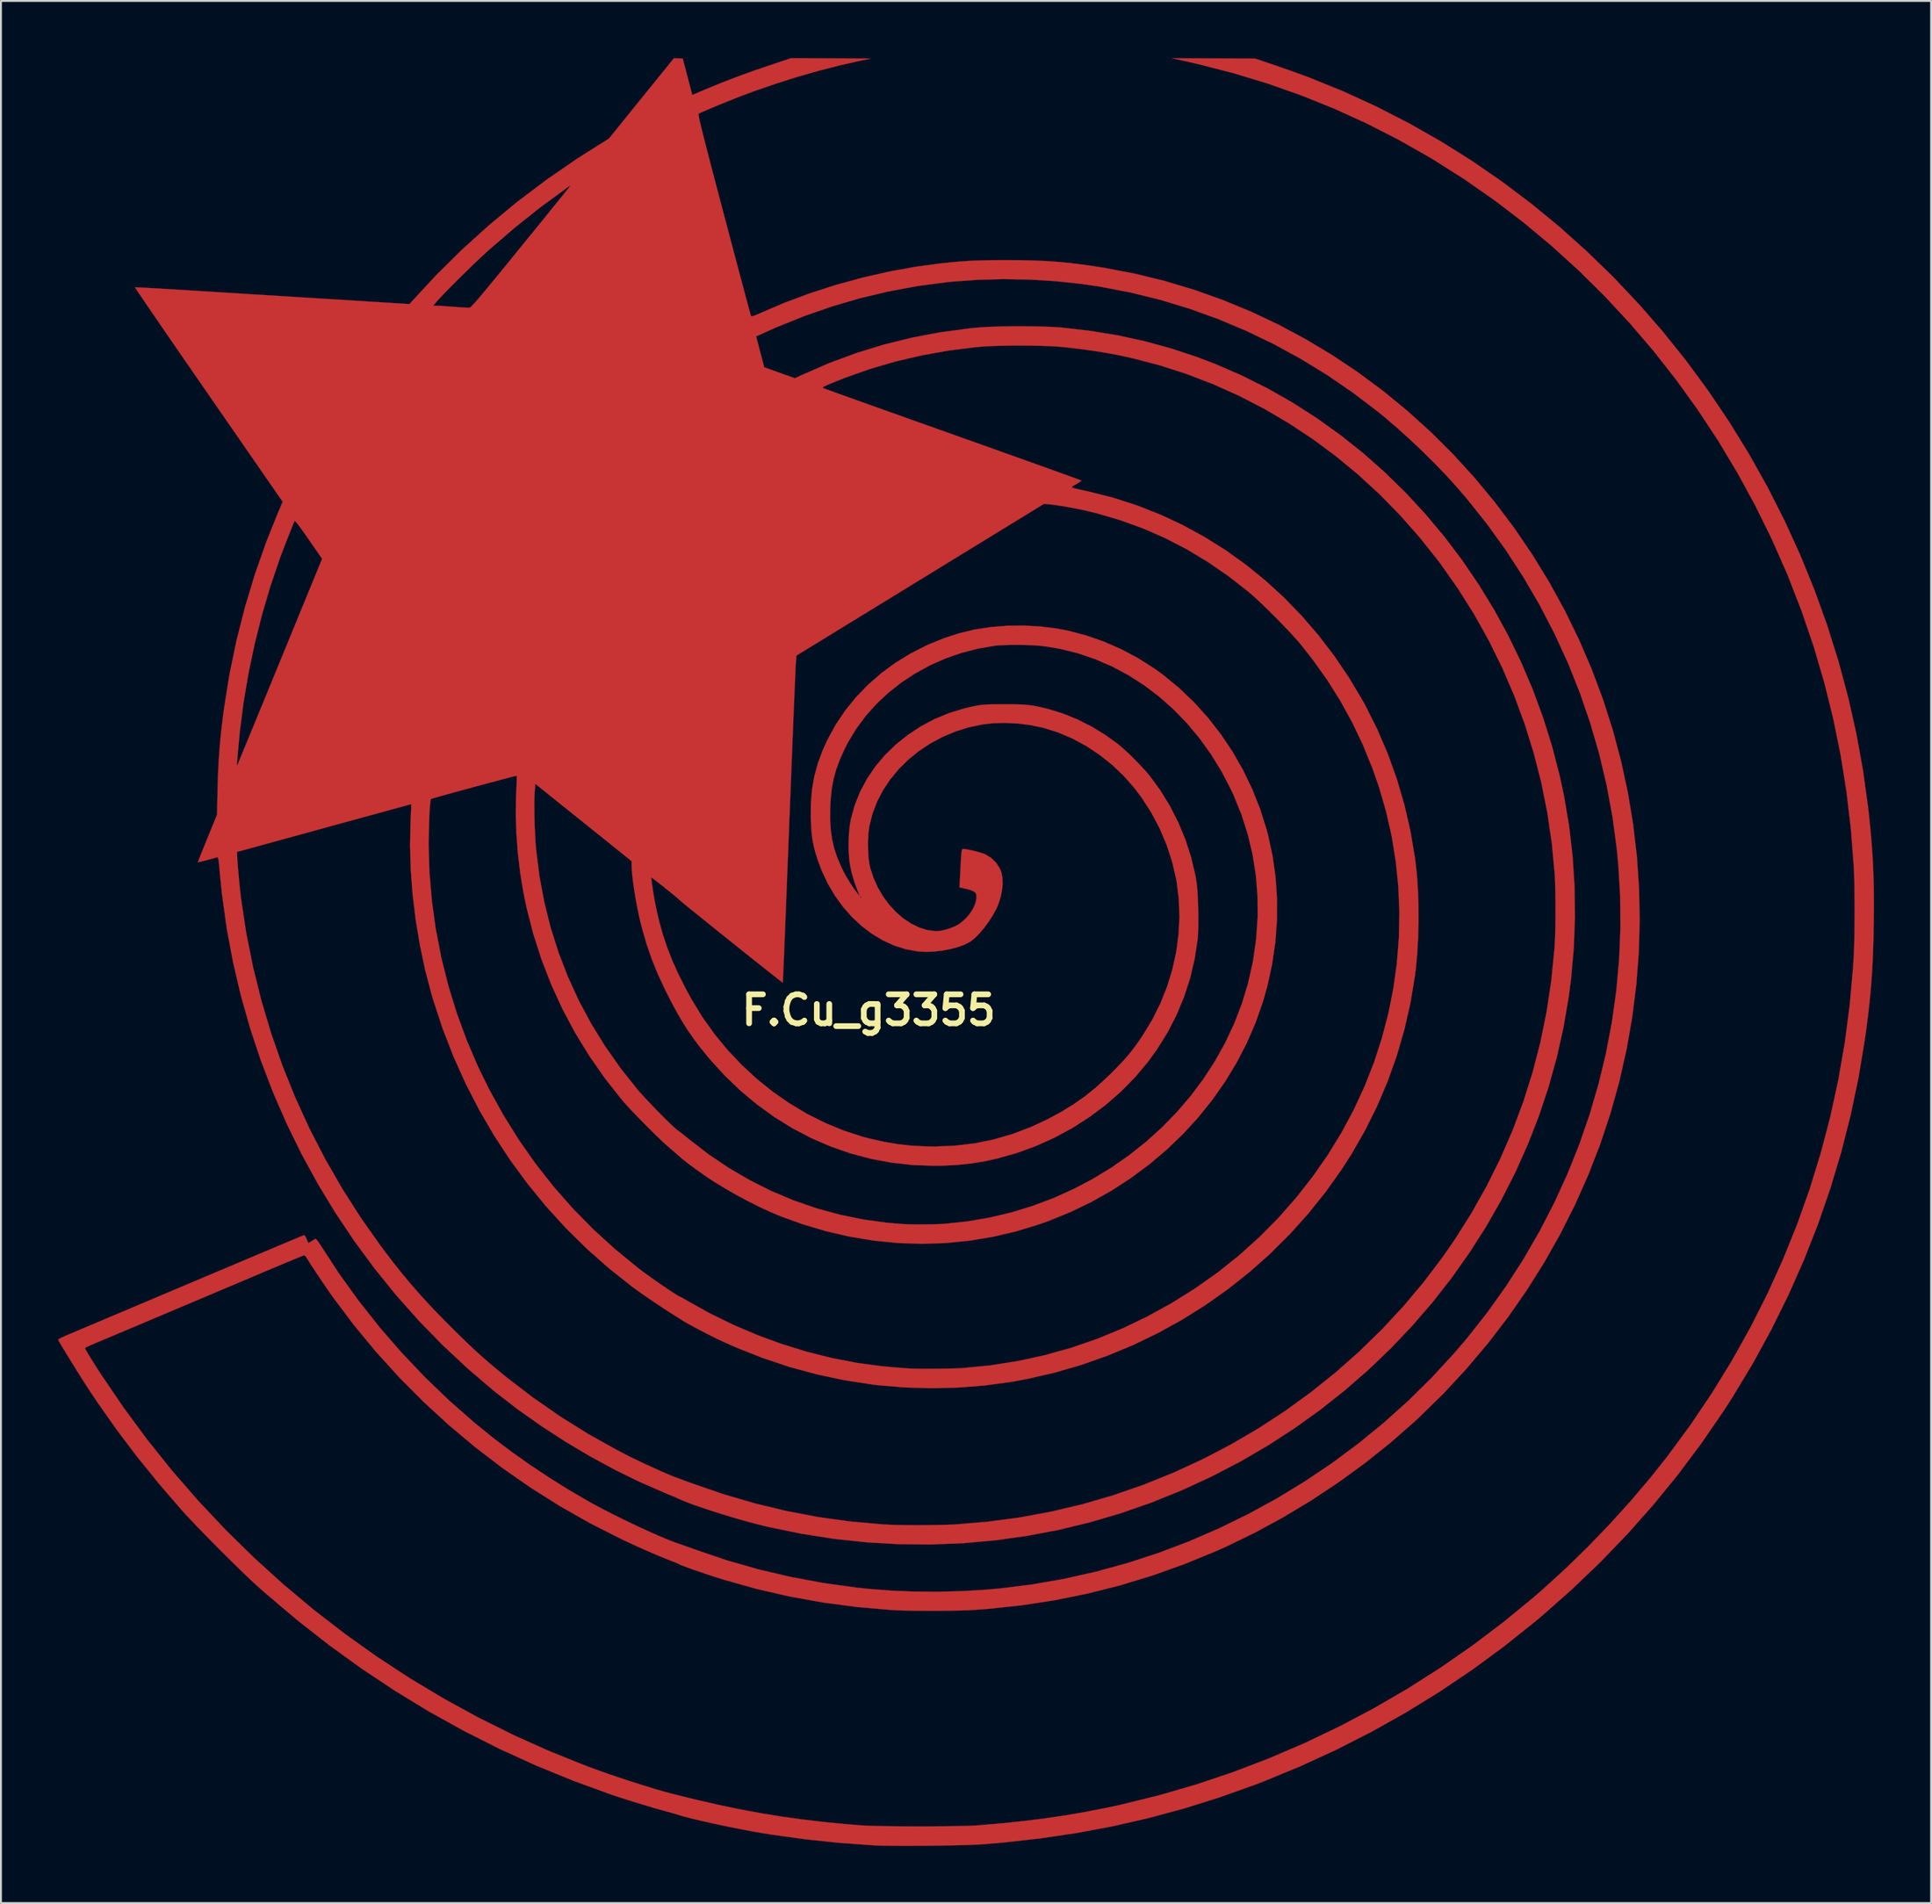
<source format=kicad_pcb>
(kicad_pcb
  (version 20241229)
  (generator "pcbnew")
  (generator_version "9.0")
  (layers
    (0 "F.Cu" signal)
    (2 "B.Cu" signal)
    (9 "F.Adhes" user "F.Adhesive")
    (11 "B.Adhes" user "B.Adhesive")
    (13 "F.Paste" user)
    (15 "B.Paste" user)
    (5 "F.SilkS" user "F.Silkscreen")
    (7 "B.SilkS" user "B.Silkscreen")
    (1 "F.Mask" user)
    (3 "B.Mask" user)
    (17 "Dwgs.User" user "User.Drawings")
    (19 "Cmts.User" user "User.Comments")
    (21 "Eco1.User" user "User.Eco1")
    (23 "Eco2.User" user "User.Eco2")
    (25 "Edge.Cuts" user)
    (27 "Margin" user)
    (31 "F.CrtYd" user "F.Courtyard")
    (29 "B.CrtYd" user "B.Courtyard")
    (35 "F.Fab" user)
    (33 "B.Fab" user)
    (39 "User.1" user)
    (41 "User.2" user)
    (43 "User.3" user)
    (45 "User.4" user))
  (footprint "F.Cu_g3355"
    (layer "F.Cu")
    (at 42.562 50.001)
    (property "Reference" "F.Cu_g3355" (at 0 0 0) (layer "F.SilkS") (effects (font (size 1.524 1.524) (thickness 0.3))))
    (attr through_hole)
    (fp_poly (pts (xy -1.984 -49.985) (xy 0.106 -49.974) (xy -0.466 -49.856) (xy -1.535 -49.615) (xy -2.649 -49.328) (xy -3.783 -49.002) (xy -4.917 -48.643) (xy -6.027 -48.259) (xy -6.477 -48.092) (xy -6.734 -47.993) (xy -7.02 -47.881) (xy -7.322 -47.761) (xy -7.628 -47.637) (xy -7.928 -47.514) (xy -8.209 -47.397) (xy -8.46 -47.291) (xy -8.67 -47.2) (xy -8.827 -47.13) (xy -8.919 -47.084) (xy -8.929 -47.078) (xy -8.935 -47.061) (xy -8.933 -47.018) (xy -8.922 -46.947) (xy -8.902 -46.843) (xy -8.872 -46.702) (xy -8.829 -46.521) (xy -8.775 -46.295) (xy -8.707 -46.022) (xy -8.624 -45.697) (xy -8.527 -45.316) (xy -8.413 -44.875) (xy -8.282 -44.372) (xy -8.132 -43.801) (xy -7.964 -43.159) (xy -7.775 -42.443) (xy -7.595 -41.762) (xy -7.423 -41.111) (xy -7.257 -40.482) (xy -7.098 -39.881) (xy -6.947 -39.312) (xy -6.805 -38.78) (xy -6.675 -38.289) (xy -6.556 -37.846) (xy -6.452 -37.455) (xy -6.362 -37.119) (xy -6.288 -36.846) (xy -6.231 -36.639) (xy -6.194 -36.503) (xy -6.176 -36.443) (xy -6.175 -36.44) (xy -6.125 -36.437) (xy -6.009 -36.472) (xy -5.836 -36.542) (xy -5.709 -36.598) (xy -4.43 -37.146) (xy -3.095 -37.644) (xy -1.72 -38.087) (xy -0.32 -38.471) (xy 1.089 -38.792) (xy 2.491 -39.045) (xy 3.641 -39.2) (xy 4.096 -39.251) (xy 4.504 -39.291) (xy 4.883 -39.324) (xy 5.249 -39.348) (xy 5.622 -39.366) (xy 6.017 -39.378) (xy 6.454 -39.385) (xy 6.948 -39.389) (xy 7.218 -39.389) (xy 7.962 -39.385) (xy 8.642 -39.37) (xy 9.277 -39.343) (xy 9.886 -39.302) (xy 10.49 -39.246) (xy 11.107 -39.173) (xy 11.758 -39.081) (xy 12.361 -38.987) (xy 13.954 -38.684) (xy 15.525 -38.301) (xy 17.071 -37.839) (xy 18.591 -37.299) (xy 20.081 -36.683) (xy 21.541 -35.993) (xy 22.966 -35.229) (xy 24.355 -34.395) (xy 25.706 -33.491) (xy 27.016 -32.518) (xy 28.282 -31.48) (xy 29.503 -30.376) (xy 30.676 -29.209) (xy 31.799 -27.98) (xy 32.868 -26.691) (xy 33.883 -25.344) (xy 34.826 -23.961) (xy 35.727 -22.493) (xy 36.552 -20.992) (xy 37.3 -19.459) (xy 37.971 -17.897) (xy 38.563 -16.31) (xy 39.077 -14.7) (xy 39.511 -13.069) (xy 39.867 -11.421) (xy 40.142 -9.758) (xy 40.338 -8.083) (xy 40.452 -6.399) (xy 40.485 -4.709) (xy 40.437 -3.014) (xy 40.306 -1.319) (xy 40.093 0.374) (xy 39.796 2.063) (xy 39.417 3.744) (xy 39.405 3.789) (xy 38.946 5.432) (xy 38.407 7.052) (xy 37.789 8.644) (xy 37.094 10.208) (xy 36.323 11.74) (xy 35.479 13.237) (xy 34.563 14.696) (xy 33.576 16.115) (xy 32.521 17.49) (xy 31.399 18.82) (xy 30.211 20.102) (xy 28.96 21.331) (xy 28.66 21.61) (xy 27.388 22.724) (xy 26.054 23.789) (xy 24.666 24.798) (xy 23.234 25.748) (xy 21.766 26.631) (xy 20.27 27.444) (xy 18.754 28.179) (xy 18.247 28.405) (xy 16.585 29.087) (xy 14.909 29.685) (xy 13.216 30.201) (xy 11.504 30.634) (xy 9.773 30.985) (xy 8.021 31.254) (xy 6.246 31.442) (xy 5.509 31.496) (xy 5.19 31.512) (xy 4.804 31.524) (xy 4.366 31.533) (xy 3.894 31.539) (xy 3.403 31.542) (xy 2.911 31.54) (xy 2.433 31.536) (xy 1.987 31.528) (xy 1.588 31.516) (xy 1.254 31.501) (xy 1.185 31.497) (xy -0.618 31.342) (xy -2.396 31.106) (xy -4.15 30.79) (xy -5.88 30.392) (xy -7.587 29.913) (xy -7.992 29.786) (xy -8.276 29.694) (xy -8.572 29.596) (xy -8.867 29.496) (xy -9.15 29.398) (xy -9.409 29.306) (xy -9.632 29.224) (xy -9.808 29.157) (xy -9.925 29.109) (xy -9.967 29.087) (xy -10.025 29.057) (xy -10.141 29.007) (xy -10.296 28.945) (xy -10.372 28.915) (xy -10.735 28.772) (xy -11.156 28.598) (xy -11.615 28.4) (xy -12.095 28.187) (xy -12.577 27.966) (xy -13.013 27.761) (xy -14.624 26.943) (xy -16.196 26.052) (xy -17.726 25.088) (xy -19.211 24.056) (xy -20.649 22.957) (xy -22.036 21.794) (xy -23.368 20.57) (xy -24.644 19.287) (xy -25.86 17.947) (xy -27.012 16.554) (xy -28.099 15.11) (xy -28.202 14.965) (xy -28.348 14.757) (xy -28.514 14.515) (xy -28.693 14.252) (xy -28.875 13.982) (xy -29.051 13.717) (xy -29.212 13.473) (xy -29.349 13.262) (xy -29.452 13.099) (xy -29.495 13.028) (xy -29.562 12.931) (xy -29.62 12.875) (xy -29.636 12.869) (xy -29.683 12.885) (xy -29.801 12.931) (xy -29.981 13.004) (xy -30.215 13.101) (xy -30.497 13.217) (xy -30.818 13.351) (xy -31.17 13.499) (xy -31.546 13.658) (xy -31.574 13.669) (xy -32.242 13.952) (xy -32.918 14.238) (xy -33.596 14.525) (xy -34.272 14.811) (xy -34.94 15.093) (xy -35.597 15.371) (xy -36.237 15.641) (xy -36.855 15.903) (xy -37.447 16.153) (xy -38.008 16.39) (xy -38.533 16.612) (xy -39.018 16.816) (xy -39.457 17.002) (xy -39.846 17.166) (xy -40.18 17.306) (xy -40.454 17.422) (xy -40.663 17.51) (xy -40.803 17.569) (xy -40.862 17.593) (xy -41.001 17.655) (xy -41.103 17.71) (xy -41.147 17.747) (xy -41.148 17.749) (xy -41.125 17.805) (xy -41.059 17.925) (xy -40.954 18.102) (xy -40.813 18.331) (xy -40.641 18.605) (xy -40.441 18.918) (xy -40.287 19.156) (xy -39.11 20.889) (xy -37.868 22.571) (xy -36.562 24.199) (xy -35.194 25.772) (xy -33.767 27.288) (xy -32.282 28.746) (xy -30.743 30.143) (xy -29.15 31.478) (xy -27.506 32.749) (xy -25.814 33.955) (xy -24.075 35.093) (xy -22.292 36.163) (xy -20.466 37.162) (xy -18.6 38.088) (xy -16.696 38.94) (xy -14.757 39.716) (xy -14.605 39.773) (xy -14.185 39.926) (xy -13.719 40.09) (xy -13.223 40.259) (xy -12.71 40.429) (xy -12.197 40.595) (xy -11.699 40.752) (xy -11.23 40.895) (xy -10.805 41.019) (xy -10.441 41.119) (xy -10.351 41.143) (xy -9.117 41.449) (xy -7.942 41.719) (xy -6.809 41.957) (xy -5.701 42.164) (xy -4.601 42.343) (xy -3.492 42.498) (xy -2.358 42.632) (xy -1.181 42.746) (xy -0.423 42.808) (xy -0.197 42.822) (xy 0.102 42.833) (xy 0.464 42.843) (xy 0.878 42.851) (xy 1.332 42.857) (xy 1.816 42.861) (xy 2.318 42.863) (xy 2.828 42.863) (xy 3.334 42.862) (xy 3.826 42.858) (xy 4.292 42.853) (xy 4.722 42.846) (xy 5.104 42.837) (xy 5.428 42.826) (xy 5.682 42.813) (xy 5.757 42.808) (xy 6.992 42.702) (xy 8.16 42.58) (xy 9.277 42.44) (xy 10.36 42.279) (xy 11.424 42.096) (xy 12.487 41.888) (xy 13.293 41.713) (xy 15.259 41.228) (xy 17.205 40.662) (xy 19.128 40.016) (xy 21.024 39.291) (xy 22.891 38.49) (xy 24.726 37.613) (xy 26.525 36.662) (xy 28.287 35.639) (xy 30.008 34.544) (xy 31.686 33.38) (xy 33.317 32.148) (xy 34.899 30.849) (xy 35.412 30.403) (xy 36.597 29.323) (xy 37.771 28.179) (xy 38.918 26.987) (xy 40.025 25.763) (xy 41.076 24.523) (xy 41.952 23.417) (xy 43.152 21.785) (xy 44.277 20.115) (xy 45.326 18.409) (xy 46.299 16.668) (xy 47.194 14.895) (xy 48.012 13.091) (xy 48.752 11.257) (xy 49.413 9.396) (xy 49.995 7.507) (xy 50.497 5.594) (xy 50.918 3.658) (xy 51.258 1.7) (xy 51.517 -0.279) (xy 51.693 -2.276) (xy 51.731 -2.9) (xy 51.744 -3.212) (xy 51.755 -3.59) (xy 51.763 -4.021) (xy 51.768 -4.489) (xy 51.771 -4.978) (xy 51.771 -5.473) (xy 51.768 -5.96) (xy 51.763 -6.423) (xy 51.755 -6.847) (xy 51.744 -7.217) (xy 51.731 -7.518) (xy 51.731 -7.52) (xy 51.577 -9.519) (xy 51.345 -11.487) (xy 51.034 -13.426) (xy 50.644 -15.339) (xy 50.174 -17.229) (xy 49.624 -19.1) (xy 48.992 -20.954) (xy 48.278 -22.793) (xy 48.201 -22.979) (xy 47.409 -24.772) (xy 46.545 -26.525) (xy 45.611 -28.237) (xy 44.61 -29.904) (xy 43.542 -31.525) (xy 42.41 -33.097) (xy 41.217 -34.617) (xy 39.963 -36.084) (xy 38.651 -37.495) (xy 37.284 -38.848) (xy 35.862 -40.14) (xy 34.389 -41.369) (xy 32.865 -42.533) (xy 31.294 -43.629) (xy 29.677 -44.656) (xy 29.443 -44.796) (xy 27.81 -45.722) (xy 26.149 -46.57) (xy 24.458 -47.341) (xy 22.733 -48.036) (xy 20.971 -48.657) (xy 19.169 -49.205) (xy 17.325 -49.68) (xy 16.679 -49.828) (xy 15.938 -49.991) (xy 18.119 -49.982) (xy 20.299 -49.974) (xy 21.334 -49.622) (xy 21.673 -49.505) (xy 22.04 -49.376) (xy 22.409 -49.245) (xy 22.757 -49.119) (xy 23.058 -49.007) (xy 23.154 -48.971) (xy 24.929 -48.25) (xy 26.67 -47.451) (xy 28.374 -46.578) (xy 30.041 -45.63) (xy 31.668 -44.609) (xy 33.253 -43.517) (xy 34.795 -42.355) (xy 36.29 -41.125) (xy 37.738 -39.827) (xy 39.137 -38.464) (xy 40.484 -37.036) (xy 41.676 -35.666) (xy 42.92 -34.116) (xy 44.095 -32.518) (xy 45.202 -30.874) (xy 46.239 -29.188) (xy 47.205 -27.461) (xy 48.098 -25.698) (xy 48.918 -23.901) (xy 49.662 -22.073) (xy 50.33 -20.217) (xy 50.921 -18.337) (xy 51.433 -16.434) (xy 51.865 -14.512) (xy 52.215 -12.574) (xy 52.483 -10.623) (xy 52.532 -10.181) (xy 52.605 -9.452) (xy 52.664 -8.77) (xy 52.711 -8.117) (xy 52.745 -7.475) (xy 52.768 -6.825) (xy 52.781 -6.148) (xy 52.783 -5.425) (xy 52.777 -4.638) (xy 52.776 -4.572) (xy 52.759 -3.674) (xy 52.731 -2.84) (xy 52.691 -2.05) (xy 52.636 -1.283) (xy 52.566 -0.52) (xy 52.479 0.26) (xy 52.374 1.077) (xy 52.301 1.587) (xy 51.971 3.568) (xy 51.559 5.528) (xy 51.065 7.466) (xy 50.491 9.38) (xy 49.837 11.269) (xy 49.104 13.131) (xy 48.292 14.964) (xy 47.402 16.766) (xy 46.435 18.536) (xy 45.391 20.271) (xy 44.883 21.06) (xy 43.722 22.751) (xy 42.496 24.389) (xy 41.203 25.975) (xy 39.843 27.508) (xy 38.416 28.99) (xy 36.923 30.419) (xy 35.363 31.797) (xy 34.988 32.112) (xy 33.364 33.409) (xy 31.692 34.637) (xy 29.972 35.796) (xy 28.206 36.883) (xy 26.395 37.9) (xy 24.54 38.844) (xy 22.644 39.715) (xy 20.708 40.513) (xy 20.214 40.701) (xy 18.393 41.349) (xy 16.563 41.922) (xy 14.715 42.421) (xy 12.844 42.849) (xy 10.943 43.206) (xy 9.004 43.494) (xy 7.021 43.715) (xy 6.054 43.798) (xy 5.802 43.813) (xy 5.477 43.828) (xy 5.092 43.841) (xy 4.659 43.853) (xy 4.189 43.862) (xy 3.694 43.871) (xy 3.187 43.877) (xy 2.679 43.881) (xy 2.182 43.883) (xy 1.709 43.883) (xy 1.27 43.881) (xy 0.879 43.876) (xy 0.547 43.869) (xy 0.285 43.859) (xy 0.254 43.857) (xy -1.559 43.725) (xy -3.32 43.541) (xy -5.044 43.302) (xy -5.567 43.218) (xy -5.984 43.146) (xy -6.435 43.063) (xy -6.905 42.971) (xy -7.385 42.875) (xy -7.862 42.775) (xy -8.323 42.675) (xy -8.758 42.577) (xy -9.154 42.483) (xy -9.499 42.397) (xy -9.782 42.321) (xy -9.948 42.271) (xy -10.137 42.213) (xy -10.367 42.146) (xy -10.602 42.08) (xy -10.689 42.057) (xy -10.975 41.978) (xy -11.32 41.879) (xy -11.706 41.764) (xy -12.112 41.641) (xy -12.518 41.516) (xy -12.905 41.394) (xy -13.251 41.282) (xy -13.504 41.197) (xy -15.506 40.467) (xy -17.462 39.667) (xy -19.374 38.796) (xy -21.244 37.853) (xy -23.072 36.838) (xy -24.861 35.748) (xy -26.613 34.584) (xy -28.328 33.344) (xy -30.009 32.027) (xy -31.656 30.633) (xy -32.077 30.26) (xy -32.333 30.026) (xy -32.636 29.739) (xy -32.978 29.411) (xy -33.347 29.051) (xy -33.734 28.668) (xy -34.128 28.273) (xy -34.521 27.877) (xy -34.902 27.488) (xy -35.261 27.117) (xy -35.587 26.774) (xy -35.872 26.468) (xy -36.093 26.226) (xy -37.293 24.833) (xy -38.42 23.44) (xy -39.483 22.033) (xy -40.491 20.599) (xy -41.002 19.833) (xy -41.128 19.637) (xy -41.276 19.406) (xy -41.438 19.149) (xy -41.608 18.877) (xy -41.781 18.598) (xy -41.951 18.324) (xy -42.111 18.063) (xy -42.255 17.826) (xy -42.378 17.622) (xy -42.473 17.461) (xy -42.535 17.353) (xy -42.557 17.309) (xy -42.524 17.275) (xy -42.43 17.22) (xy -42.289 17.151) (xy -42.185 17.105) (xy -40.985 16.598) (xy -39.86 16.122) (xy -38.809 15.678) (xy -37.829 15.263) (xy -36.918 14.878) (xy -36.074 14.521) (xy -35.293 14.191) (xy -34.575 13.888) (xy -33.916 13.609) (xy -33.315 13.356) (xy -32.769 13.125) (xy -32.276 12.917) (xy -31.833 12.73) (xy -31.439 12.564) (xy -31.09 12.417) (xy -30.785 12.289) (xy -30.522 12.178) (xy -30.298 12.084) (xy -30.111 12.006) (xy -29.958 11.942) (xy -29.838 11.892) (xy -29.748 11.855) (xy -29.685 11.83) (xy -29.648 11.816) (xy -29.634 11.811) (xy -29.601 11.847) (xy -29.549 11.938) (xy -29.51 12.023) (xy -29.419 12.234) (xy -29.262 12.136) (xy -29.153 12.069) (xy -29.071 12.018) (xy -29.054 12.008) (xy -29.008 12.029) (xy -28.928 12.122) (xy -28.818 12.282) (xy -28.768 12.361) (xy -27.808 13.834) (xy -26.775 15.268) (xy -25.673 16.66) (xy -24.507 18.003) (xy -23.281 19.292) (xy -22 20.523) (xy -20.669 21.69) (xy -19.664 22.503) (xy -18.738 23.2) (xy -17.763 23.89) (xy -16.759 24.557) (xy -15.749 25.189) (xy -14.753 25.77) (xy -14.28 26.03) (xy -13.858 26.253) (xy -13.405 26.485) (xy -12.934 26.718) (xy -12.455 26.95) (xy -11.979 27.173) (xy -11.52 27.384) (xy -11.087 27.576) (xy -10.692 27.744) (xy -10.347 27.883) (xy -10.064 27.987) (xy -10.03 27.999) (xy -9.878 28.051) (xy -9.669 28.125) (xy -9.427 28.211) (xy -9.174 28.302) (xy -9.059 28.344) (xy -7.429 28.896) (xy -5.764 29.371) (xy -4.07 29.768) (xy -2.35 30.087) (xy -0.609 30.327) (xy 0 30.391) (xy 1.168 30.482) (xy 2.386 30.532) (xy 3.632 30.541) (xy 4.882 30.509) (xy 6.113 30.437) (xy 6.858 30.372) (xy 8.561 30.161) (xy 10.25 29.867) (xy 11.922 29.492) (xy 13.575 29.039) (xy 15.204 28.508) (xy 16.808 27.901) (xy 18.382 27.22) (xy 19.924 26.467) (xy 21.431 25.643) (xy 22.9 24.749) (xy 24.328 23.788) (xy 25.711 22.761) (xy 27.046 21.67) (xy 28.331 20.516) (xy 29.563 19.302) (xy 30.737 18.028) (xy 31.436 17.209) (xy 32.493 15.866) (xy 33.48 14.482) (xy 34.395 13.059) (xy 35.237 11.6) (xy 36.006 10.108) (xy 36.701 8.586) (xy 37.321 7.036) (xy 37.864 5.462) (xy 38.33 3.867) (xy 38.719 2.253) (xy 39.029 0.624) (xy 39.259 -1.018) (xy 39.408 -2.669) (xy 39.476 -4.327) (xy 39.462 -5.99) (xy 39.364 -7.653) (xy 39.285 -8.469) (xy 39.06 -10.15) (xy 38.752 -11.812) (xy 38.364 -13.454) (xy 37.895 -15.071) (xy 37.348 -16.663) (xy 36.724 -18.226) (xy 36.023 -19.758) (xy 35.247 -21.256) (xy 34.396 -22.718) (xy 33.473 -24.141) (xy 32.477 -25.523) (xy 31.41 -26.861) (xy 30.904 -27.453) (xy 30.353 -28.061) (xy 29.746 -28.693) (xy 29.101 -29.333) (xy 28.434 -29.964) (xy 27.763 -30.57) (xy 27.106 -31.134) (xy 26.733 -31.437) (xy 25.423 -32.435) (xy 24.073 -33.359) (xy 22.686 -34.209) (xy 21.266 -34.984) (xy 19.814 -35.683) (xy 18.333 -36.304) (xy 16.825 -36.847) (xy 15.293 -37.311) (xy 13.739 -37.694) (xy 12.166 -37.995) (xy 11.176 -38.141) (xy 9.825 -38.286) (xy 8.447 -38.37) (xy 7.062 -38.393) (xy 5.69 -38.356) (xy 4.351 -38.257) (xy 4.06 -38.227) (xy 2.531 -38.022) (xy 1.028 -37.743) (xy -0.456 -37.389) (xy -1.927 -36.958) (xy -3.393 -36.448) (xy -4.86 -35.857) (xy -5.802 -35.435) (xy -5.91 -35.384) (xy -5.696 -34.573) (xy -5.481 -33.762) (xy -4.677 -33.474) (xy -3.873 -33.187) (xy -3.471 -33.374) (xy -2.073 -33.981) (xy -0.654 -34.506) (xy 0.788 -34.951) (xy 2.254 -35.314) (xy 3.747 -35.598) (xy 5.268 -35.802) (xy 5.673 -35.842) (xy 6.053 -35.871) (xy 6.5 -35.892) (xy 6.996 -35.907) (xy 7.523 -35.916) (xy 8.064 -35.917) (xy 8.602 -35.912) (xy 9.117 -35.9) (xy 9.593 -35.882) (xy 10.012 -35.857) (xy 10.202 -35.841) (xy 11.679 -35.67) (xy 13.108 -35.434) (xy 14.5 -35.13) (xy 15.864 -34.757) (xy 17.209 -34.313) (xy 18.161 -33.951) (xy 19.564 -33.344) (xy 20.929 -32.663) (xy 22.254 -31.911) (xy 23.537 -31.089) (xy 24.776 -30.201) (xy 25.969 -29.25) (xy 27.113 -28.238) (xy 28.206 -27.167) (xy 29.247 -26.04) (xy 30.234 -24.861) (xy 31.163 -23.631) (xy 32.033 -22.353) (xy 32.842 -21.03) (xy 33.587 -19.664) (xy 34.268 -18.258) (xy 34.88 -16.815) (xy 35.423 -15.338) (xy 35.894 -13.828) (xy 36.291 -12.289) (xy 36.51 -11.266) (xy 36.778 -9.687) (xy 36.963 -8.091) (xy 37.066 -6.484) (xy 37.086 -4.867) (xy 37.024 -3.245) (xy 36.879 -1.622) (xy 36.762 -0.72) (xy 36.489 0.883) (xy 36.136 2.464) (xy 35.704 4.021) (xy 35.195 5.552) (xy 34.61 7.053) (xy 33.952 8.524) (xy 33.222 9.96) (xy 32.423 11.361) (xy 31.554 12.723) (xy 30.62 14.045) (xy 29.621 15.323) (xy 28.559 16.555) (xy 27.436 17.74) (xy 26.253 18.874) (xy 25.013 19.956) (xy 23.717 20.982) (xy 22.367 21.951) (xy 20.965 22.86) (xy 19.513 23.706) (xy 18.013 24.487) (xy 16.442 25.212) (xy 14.85 25.855) (xy 13.238 26.417) (xy 11.608 26.896) (xy 9.963 27.294) (xy 8.303 27.609) (xy 6.631 27.841) (xy 4.948 27.991) (xy 3.258 28.058) (xy 1.561 28.041) (xy -0.141 27.941) (xy -1.845 27.758) (xy -3.549 27.49) (xy -5.253 27.139) (xy -5.461 27.09) (xy -5.869 26.989) (xy -6.313 26.87) (xy -6.781 26.739) (xy -7.261 26.598) (xy -7.74 26.452) (xy -8.207 26.304) (xy -8.651 26.158) (xy -9.058 26.018) (xy -9.418 25.887) (xy -9.718 25.769) (xy -9.923 25.68) (xy -10.042 25.626) (xy -10.219 25.55) (xy -10.431 25.461) (xy -10.656 25.367) (xy -10.71 25.345) (xy -12.01 24.778) (xy -13.319 24.137) (xy -14.626 23.429) (xy -15.916 22.662) (xy -17.179 21.843) (xy -18.401 20.98) (xy -19.569 20.08) (xy -19.706 19.969) (xy -21.074 18.801) (xy -22.384 17.575) (xy -23.633 16.291) (xy -24.82 14.954) (xy -25.943 13.565) (xy -27.002 12.128) (xy -27.995 10.646) (xy -28.92 9.121) (xy -29.775 7.556) (xy -30.56 5.954) (xy -31.273 4.318) (xy -31.912 2.65) (xy -32.476 0.954) (xy -32.964 -0.769) (xy -33.373 -2.515) (xy -33.703 -4.281) (xy -33.952 -6.065) (xy -34.066 -7.188) (xy -34.091 -7.478) (xy -34.112 -7.693) (xy -34.129 -7.845) (xy -34.146 -7.944) (xy -34.164 -8.001) (xy -34.184 -8.026) (xy -34.21 -8.028) (xy -34.226 -8.025) (xy -34.3 -8.005) (xy -34.436 -7.968) (xy -34.611 -7.92) (xy -34.766 -7.878) (xy -34.948 -7.83) (xy -35.095 -7.795) (xy -35.191 -7.776) (xy -35.221 -7.775) (xy -35.206 -7.818) (xy -35.162 -7.93) (xy -35.094 -8.101) (xy -35.01 -8.312) (xy -33.168 -8.312) (xy -33.155 -8.019) (xy -33.143 -7.81) (xy -33.122 -7.537) (xy -33.096 -7.221) (xy -33.065 -6.883) (xy -33.031 -6.543) (xy -32.998 -6.221) (xy -32.965 -5.939) (xy -32.953 -5.842) (xy -32.68 -4.042) (xy -32.325 -2.263) (xy -31.889 -0.51) (xy -31.374 1.218) (xy -30.781 2.917) (xy -30.109 4.585) (xy -29.36 6.221) (xy -28.534 7.823) (xy -27.633 9.387) (xy -26.658 10.914) (xy -25.608 12.399) (xy -25.463 12.594) (xy -24.99 13.213) (xy -24.535 13.787) (xy -24.084 14.331) (xy -23.623 14.861) (xy -23.139 15.393) (xy -22.619 15.942) (xy -22.048 16.523) (xy -21.911 16.659) (xy -21.457 17.108) (xy -21.045 17.507) (xy -20.659 17.87) (xy -20.285 18.209) (xy -19.907 18.538) (xy -19.512 18.87) (xy -19.085 19.22) (xy -19.008 19.282) (xy -17.618 20.348) (xy -16.194 21.337) (xy -14.731 22.252) (xy -13.226 23.094) (xy -12.522 23.457) (xy -12.292 23.57) (xy -12.021 23.699) (xy -11.722 23.839) (xy -11.412 23.981) (xy -11.103 24.121) (xy -10.811 24.251) (xy -10.55 24.364) (xy -10.334 24.455) (xy -10.178 24.517) (xy -10.16 24.523) (xy -10.056 24.561) (xy -9.89 24.622) (xy -9.682 24.699) (xy -9.448 24.785) (xy -9.292 24.843) (xy -7.636 25.414) (xy -5.976 25.9) (xy -4.309 26.302) (xy -2.638 26.619) (xy -0.96 26.852) (xy 0.722 27.001) (xy 1.079 27.022) (xy 1.306 27.03) (xy 1.602 27.037) (xy 1.949 27.041) (xy 2.332 27.042) (xy 2.735 27.042) (xy 3.14 27.04) (xy 3.533 27.036) (xy 3.896 27.029) (xy 4.213 27.021) (xy 4.469 27.011) (xy 4.542 27.007) (xy 6.247 26.864) (xy 7.927 26.64) (xy 9.582 26.335) (xy 11.213 25.949) (xy 12.823 25.481) (xy 14.411 24.932) (xy 15.98 24.3) (xy 17.53 23.586) (xy 17.547 23.577) (xy 19.031 22.803) (xy 20.474 21.958) (xy 21.871 21.045) (xy 23.221 20.066) (xy 24.519 19.025) (xy 25.763 17.925) (xy 26.949 16.767) (xy 28.075 15.555) (xy 29.137 14.291) (xy 30.132 12.979) (xy 30.765 12.065) (xy 31.647 10.67) (xy 32.45 9.243) (xy 33.174 7.787) (xy 33.819 6.3) (xy 34.385 4.786) (xy 34.87 3.243) (xy 35.276 1.674) (xy 35.601 0.078) (xy 35.845 -1.542) (xy 36.008 -3.187) (xy 36.025 -3.422) (xy 36.041 -3.729) (xy 36.053 -4.103) (xy 36.061 -4.525) (xy 36.066 -4.976) (xy 36.066 -5.44) (xy 36.063 -5.898) (xy 36.056 -6.332) (xy 36.045 -6.724) (xy 36.03 -7.057) (xy 36.024 -7.162) (xy 35.873 -8.77) (xy 35.64 -10.361) (xy 35.326 -11.932) (xy 34.931 -13.481) (xy 34.458 -15.005) (xy 33.907 -16.5) (xy 33.279 -17.964) (xy 32.575 -19.395) (xy 31.797 -20.789) (xy 30.944 -22.143) (xy 30.019 -23.456) (xy 29.898 -23.617) (xy 28.923 -24.842) (xy 27.895 -26.006) (xy 26.816 -27.105) (xy 25.69 -28.14) (xy 24.519 -29.107) (xy 23.304 -30.006) (xy 22.049 -30.835) (xy 20.756 -31.592) (xy 19.428 -32.277) (xy 18.066 -32.886) (xy 16.674 -33.42) (xy 15.253 -33.875) (xy 13.806 -34.252) (xy 13.055 -34.413) (xy 12.501 -34.516) (xy 11.887 -34.615) (xy 11.239 -34.706) (xy 10.583 -34.786) (xy 10.202 -34.827) (xy 9.85 -34.855) (xy 9.43 -34.877) (xy 8.96 -34.893) (xy 8.456 -34.902) (xy 7.936 -34.905) (xy 7.416 -34.902) (xy 6.913 -34.892) (xy 6.443 -34.877) (xy 6.025 -34.855) (xy 5.674 -34.826) (xy 5.673 -34.826) (xy 4.212 -34.643) (xy 2.797 -34.391) (xy 1.42 -34.07) (xy 0.075 -33.677) (xy -1.245 -33.211) (xy -2.006 -32.905) (xy -2.2 -32.822) (xy -2.325 -32.765) (xy -2.392 -32.725) (xy -2.411 -32.698) (xy -2.391 -32.675) (xy -2.366 -32.661) (xy -2.316 -32.641) (xy -2.19 -32.595) (xy -1.992 -32.524) (xy -1.728 -32.428) (xy -1.401 -32.311) (xy -1.014 -32.172) (xy -0.573 -32.014) (xy -0.082 -31.839) (xy 0.455 -31.647) (xy 1.035 -31.44) (xy 1.652 -31.22) (xy 2.303 -30.988) (xy 2.983 -30.746) (xy 3.689 -30.495) (xy 4.415 -30.237) (xy 4.455 -30.222) (xy 5.181 -29.964) (xy 5.885 -29.714) (xy 6.563 -29.472) (xy 7.211 -29.241) (xy 7.824 -29.022) (xy 8.4 -28.816) (xy 8.933 -28.625) (xy 9.419 -28.451) (xy 9.855 -28.294) (xy 10.236 -28.157) (xy 10.558 -28.04) (xy 10.817 -27.946) (xy 11.009 -27.875) (xy 11.13 -27.83) (xy 11.175 -27.811) (xy 11.175 -27.811) (xy 11.142 -27.781) (xy 11.052 -27.72) (xy 10.924 -27.641) (xy 10.892 -27.622) (xy 10.793 -27.566) (xy 10.72 -27.524) (xy 10.678 -27.49) (xy 10.675 -27.462) (xy 10.718 -27.434) (xy 10.813 -27.404) (xy 10.969 -27.366) (xy 11.191 -27.317) (xy 11.487 -27.253) (xy 11.557 -27.237) (xy 12.834 -26.914) (xy 14.082 -26.512) (xy 15.3 -26.034) (xy 16.484 -25.481) (xy 17.633 -24.855) (xy 18.743 -24.158) (xy 19.812 -23.392) (xy 20.837 -22.56) (xy 21.816 -21.663) (xy 22.746 -20.703) (xy 23.625 -19.682) (xy 24.451 -18.602) (xy 25.22 -17.466) (xy 25.93 -16.274) (xy 26.094 -15.975) (xy 26.717 -14.732) (xy 27.264 -13.451) (xy 27.736 -12.135) (xy 28.131 -10.787) (xy 28.448 -9.409) (xy 28.686 -8.004) (xy 28.701 -7.895) (xy 28.784 -7.15) (xy 28.84 -6.345) (xy 28.87 -5.5) (xy 28.873 -4.636) (xy 28.85 -3.774) (xy 28.801 -2.933) (xy 28.726 -2.135) (xy 28.681 -1.778) (xy 28.446 -0.369) (xy 28.13 1.019) (xy 27.734 2.382) (xy 27.259 3.717) (xy 26.706 5.021) (xy 26.077 6.291) (xy 25.372 7.524) (xy 24.837 8.361) (xy 23.988 9.553) (xy 23.076 10.691) (xy 22.104 11.772) (xy 21.075 12.795) (xy 19.992 13.757) (xy 18.857 14.656) (xy 17.676 15.491) (xy 16.449 16.26) (xy 15.181 16.96) (xy 13.874 17.59) (xy 12.532 18.147) (xy 11.158 18.63) (xy 9.755 19.037) (xy 8.325 19.365) (xy 7.408 19.531) (xy 6.069 19.71) (xy 4.7 19.817) (xy 3.318 19.852) (xy 1.938 19.813) (xy 0.574 19.702) (xy 0.233 19.662) (xy -1.246 19.436) (xy -2.705 19.128) (xy -4.144 18.738) (xy -5.563 18.265) (xy -6.962 17.71) (xy -7.679 17.39) (xy -7.945 17.264) (xy -8.244 17.116) (xy -8.558 16.957) (xy -8.872 16.794) (xy -9.169 16.637) (xy -9.433 16.493) (xy -9.648 16.37) (xy -9.757 16.304) (xy -9.902 16.213) (xy -10.066 16.109) (xy -10.136 16.066) (xy -10.479 15.847) (xy -10.847 15.606) (xy -11.225 15.355) (xy -11.594 15.104) (xy -11.938 14.866) (xy -12.239 14.651) (xy -12.426 14.514) (xy -13.64 13.552) (xy -14.797 12.528) (xy -15.896 11.445) (xy -16.935 10.306) (xy -17.911 9.112) (xy -18.824 7.867) (xy -19.672 6.573) (xy -20.452 5.233) (xy -21.163 3.849) (xy -21.803 2.424) (xy -22.37 0.961) (xy -22.863 -0.538) (xy -22.971 -0.908) (xy -23.297 -2.159) (xy -23.568 -3.446) (xy -23.784 -4.752) (xy -23.943 -6.062) (xy -24.041 -7.363) (xy -24.079 -8.639) (xy -24.077 -8.748) (xy -23.108 -8.748) (xy -23.064 -7.249) (xy -22.937 -5.75) (xy -22.73 -4.256) (xy -22.442 -2.773) (xy -22.076 -1.304) (xy -21.631 0.145) (xy -21.109 1.569) (xy -20.512 2.965) (xy -19.943 4.128) (xy -19.187 5.498) (xy -18.366 6.814) (xy -17.482 8.074) (xy -16.534 9.278) (xy -15.521 10.427) (xy -14.445 11.521) (xy -13.304 12.559) (xy -12.1 13.542) (xy -11.832 13.747) (xy -11.665 13.87) (xy -11.464 14.015) (xy -11.241 14.172) (xy -11.006 14.335) (xy -10.77 14.497) (xy -10.545 14.649) (xy -10.34 14.785) (xy -10.167 14.898) (xy -10.037 14.98) (xy -9.96 15.023) (xy -9.945 15.028) (xy -9.898 15.049) (xy -9.795 15.104) (xy -9.65 15.186) (xy -9.497 15.275) (xy -8.315 15.933) (xy -7.091 16.53) (xy -5.835 17.064) (xy -4.554 17.533) (xy -3.258 17.933) (xy -1.955 18.261) (xy -0.654 18.515) (xy 0.637 18.692) (xy 1.291 18.752) (xy 1.52 18.77) (xy 1.731 18.786) (xy 1.903 18.8) (xy 2.016 18.81) (xy 2.032 18.811) (xy 2.173 18.819) (xy 2.384 18.825) (xy 2.65 18.829) (xy 2.956 18.831) (xy 3.287 18.831) (xy 3.63 18.828) (xy 3.968 18.825) (xy 4.288 18.819) (xy 4.574 18.811) (xy 4.811 18.802) (xy 4.953 18.794) (xy 6.407 18.651) (xy 7.84 18.425) (xy 9.249 18.118) (xy 10.635 17.731) (xy 11.997 17.262) (xy 13.333 16.712) (xy 14.584 16.112) (xy 15.884 15.399) (xy 17.127 14.623) (xy 18.312 13.786) (xy 19.439 12.888) (xy 20.506 11.929) (xy 21.515 10.91) (xy 22.463 9.832) (xy 23.351 8.694) (xy 24.099 7.62) (xy 24.822 6.446) (xy 25.469 5.24) (xy 26.04 4.006) (xy 26.535 2.746) (xy 26.952 1.465) (xy 27.292 0.166) (xy 27.554 -1.148) (xy 27.738 -2.471) (xy 27.843 -3.802) (xy 27.869 -5.136) (xy 27.815 -6.47) (xy 27.681 -7.801) (xy 27.467 -9.123) (xy 27.171 -10.435) (xy 26.795 -11.732) (xy 26.448 -12.721) (xy 25.948 -13.946) (xy 25.39 -15.118) (xy 24.768 -16.249) (xy 24.077 -17.346) (xy 23.31 -18.421) (xy 22.716 -19.177) (xy 22.513 -19.416) (xy 22.259 -19.698) (xy 21.967 -20.011) (xy 21.649 -20.342) (xy 21.318 -20.679) (xy 20.985 -21.01) (xy 20.662 -21.322) (xy 20.362 -21.604) (xy 20.097 -21.843) (xy 19.939 -21.978) (xy 18.883 -22.801) (xy 17.805 -23.544) (xy 16.703 -24.206) (xy 15.573 -24.791) (xy 14.412 -25.3) (xy 13.218 -25.733) (xy 11.986 -26.094) (xy 11.541 -26.204) (xy 11.22 -26.275) (xy 10.867 -26.347) (xy 10.503 -26.415) (xy 10.15 -26.476) (xy 9.83 -26.525) (xy 9.564 -26.559) (xy 9.504 -26.565) (xy 9.207 -26.593) (xy 2.709 -22.609) (xy -3.789 -18.625) (xy -3.821 -18.276) (xy -3.826 -18.199) (xy -3.834 -18.042) (xy -3.845 -17.808) (xy -3.859 -17.503) (xy -3.875 -17.13) (xy -3.894 -16.694) (xy -3.914 -16.2) (xy -3.937 -15.65) (xy -3.962 -15.051) (xy -3.988 -14.405) (xy -4.016 -13.718) (xy -4.045 -12.993) (xy -4.075 -12.236) (xy -4.106 -11.449) (xy -4.138 -10.638) (xy -4.171 -9.807) (xy -4.175 -9.694) (xy -4.207 -8.866) (xy -4.239 -8.061) (xy -4.27 -7.282) (xy -4.299 -6.534) (xy -4.328 -5.821) (xy -4.354 -5.147) (xy -4.38 -4.516) (xy -4.403 -3.933) (xy -4.425 -3.4) (xy -4.445 -2.923) (xy -4.462 -2.505) (xy -4.477 -2.151) (xy -4.489 -1.864) (xy -4.499 -1.648) (xy -4.505 -1.509) (xy -4.509 -1.448) (xy -4.509 -1.446) (xy -4.544 -1.47) (xy -4.638 -1.541) (xy -4.786 -1.657) (xy -4.982 -1.811) (xy -5.221 -1.999) (xy -5.495 -2.217) (xy -5.8 -2.459) (xy -6.129 -2.721) (xy -6.476 -2.999) (xy -6.836 -3.286) (xy -7.202 -3.579) (xy -7.568 -3.873) (xy -7.929 -4.162) (xy -8.278 -4.443) (xy -8.611 -4.711) (xy -8.919 -4.96) (xy -9.199 -5.186) (xy -9.443 -5.384) (xy -9.646 -5.55) (xy -9.802 -5.678) (xy -9.904 -5.764) (xy -9.948 -5.803) (xy -9.948 -5.803) (xy -10 -5.853) (xy -10.103 -5.941) (xy -10.244 -6.059) (xy -10.414 -6.197) (xy -10.6 -6.347) (xy -10.79 -6.499) (xy -10.974 -6.644) (xy -11.14 -6.774) (xy -11.276 -6.877) (xy -11.371 -6.947) (xy -11.413 -6.973) (xy -11.414 -6.973) (xy -11.415 -6.926) (xy -11.402 -6.811) (xy -11.38 -6.643) (xy -11.35 -6.437) (xy -11.314 -6.208) (xy -11.275 -5.972) (xy -11.235 -5.743) (xy -11.196 -5.536) (xy -11.177 -5.44) (xy -11.007 -4.695) (xy -10.81 -3.985) (xy -10.579 -3.293) (xy -10.309 -2.603) (xy -9.993 -1.901) (xy -9.626 -1.17) (xy -9.3 -0.572) (xy -8.734 0.359) (xy -8.104 1.245) (xy -7.413 2.085) (xy -6.668 2.873) (xy -5.874 3.607) (xy -5.034 4.282) (xy -4.155 4.894) (xy -3.24 5.44) (xy -2.296 5.915) (xy -1.327 6.316) (xy -0.338 6.639) (xy 0.091 6.752) (xy 0.824 6.915) (xy 1.522 7.034) (xy 2.215 7.111) (xy 2.935 7.151) (xy 3.493 7.159) (xy 4.54 7.116) (xy 5.565 6.993) (xy 6.569 6.789) (xy 7.556 6.502) (xy 8.528 6.132) (xy 9.377 5.737) (xy 10.092 5.352) (xy 10.743 4.954) (xy 11.35 4.528) (xy 11.933 4.059) (xy 12.512 3.532) (xy 12.746 3.303) (xy 13.072 2.974) (xy 13.349 2.682) (xy 13.589 2.41) (xy 13.809 2.142) (xy 14.023 1.859) (xy 14.244 1.545) (xy 14.397 1.318) (xy 14.893 0.5) (xy 15.318 -0.352) (xy 15.67 -1.233) (xy 15.948 -2.135) (xy 16.15 -3.053) (xy 16.274 -3.98) (xy 16.321 -4.91) (xy 16.287 -5.836) (xy 16.172 -6.751) (xy 16.15 -6.876) (xy 15.939 -7.789) (xy 15.647 -8.683) (xy 15.279 -9.551) (xy 14.837 -10.385) (xy 14.326 -11.176) (xy 13.942 -11.684) (xy 13.384 -12.317) (xy 12.772 -12.897) (xy 12.114 -13.42) (xy 11.418 -13.88) (xy 10.692 -14.271) (xy 9.945 -14.589) (xy 9.185 -14.828) (xy 9.151 -14.836) (xy 8.501 -14.971) (xy 7.83 -15.056) (xy 7.159 -15.089) (xy 6.511 -15.07) (xy 5.99 -15.01) (xy 5.252 -14.854) (xy 4.542 -14.631) (xy 3.864 -14.344) (xy 3.223 -13.999) (xy 2.624 -13.6) (xy 2.073 -13.15) (xy 1.574 -12.656) (xy 1.132 -12.121) (xy 0.752 -11.551) (xy 0.44 -10.948) (xy 0.2 -10.319) (xy 0.037 -9.667) (xy 0.02 -9.573) (xy -0.017 -9.263) (xy -0.035 -8.909) (xy -0.035 -8.535) (xy -0.018 -8.166) (xy 0.016 -7.826) (xy 0.066 -7.539) (xy 0.08 -7.482) (xy 0.254 -6.948) (xy 0.482 -6.443) (xy 0.759 -5.971) (xy 1.077 -5.541) (xy 1.431 -5.157) (xy 1.813 -4.826) (xy 2.219 -4.554) (xy 2.64 -4.346) (xy 3.071 -4.21) (xy 3.505 -4.151) (xy 3.592 -4.149) (xy 3.779 -4.169) (xy 4.01 -4.221) (xy 4.259 -4.297) (xy 4.495 -4.389) (xy 4.693 -4.486) (xy 4.755 -4.525) (xy 5.04 -4.757) (xy 5.284 -5.027) (xy 5.476 -5.319) (xy 5.606 -5.618) (xy 5.661 -5.87) (xy 5.663 -6.024) (xy 5.626 -6.14) (xy 5.539 -6.228) (xy 5.39 -6.298) (xy 5.169 -6.361) (xy 5.127 -6.37) (xy 4.772 -6.451) (xy 4.8 -7.004) (xy 4.82 -7.394) (xy 4.836 -7.707) (xy 4.85 -7.953) (xy 4.863 -8.139) (xy 4.875 -8.273) (xy 4.887 -8.365) (xy 4.901 -8.422) (xy 4.916 -8.452) (xy 4.935 -8.464) (xy 4.958 -8.467) (xy 4.963 -8.467) (xy 5.089 -8.455) (xy 5.27 -8.423) (xy 5.483 -8.377) (xy 5.702 -8.322) (xy 5.902 -8.266) (xy 6.06 -8.213) (xy 6.114 -8.191) (xy 6.436 -7.995) (xy 6.695 -7.744) (xy 6.887 -7.443) (xy 6.962 -7.26) (xy 7.023 -6.978) (xy 7.035 -6.647) (xy 7.001 -6.287) (xy 6.924 -5.916) (xy 6.805 -5.553) (xy 6.693 -5.3) (xy 6.504 -4.961) (xy 6.286 -4.625) (xy 6.051 -4.308) (xy 5.81 -4.024) (xy 5.576 -3.788) (xy 5.359 -3.615) (xy 5.337 -3.6) (xy 5.051 -3.45) (xy 4.699 -3.32) (xy 4.302 -3.212) (xy 3.876 -3.132) (xy 3.441 -3.081) (xy 3.015 -3.064) (xy 2.615 -3.084) (xy 2.563 -3.09) (xy 1.936 -3.207) (xy 1.323 -3.404) (xy 0.731 -3.676) (xy 0.163 -4.019) (xy -0.375 -4.428) (xy -0.88 -4.9) (xy -1.345 -5.429) (xy -1.727 -5.957) (xy -0.459 -5.957) (xy -0.449 -5.933) (xy -0.406 -5.888) (xy -0.381 -5.897) (xy -0.381 -5.903) (xy -0.411 -5.939) (xy -0.43 -5.952) (xy -0.459 -5.957) (xy -1.727 -5.957) (xy -1.767 -6.011) (xy -2.14 -6.643) (xy -2.459 -7.318) (xy -2.683 -7.917) (xy -2.794 -8.274) (xy -2.88 -8.601) (xy -2.943 -8.921) (xy -2.988 -9.256) (xy -3.017 -9.629) (xy -3.035 -10.061) (xy -3.036 -10.102) (xy -3.032 -10.873) (xy -2.971 -11.595) (xy -2.851 -12.285) (xy -2.668 -12.959) (xy -2.418 -13.636) (xy -2.161 -14.203) (xy -1.73 -14.992) (xy -1.227 -15.74) (xy -0.657 -16.443) (xy -0.023 -17.097) (xy 0.669 -17.701) (xy 1.417 -18.249) (xy 2.216 -18.739) (xy 3.062 -19.169) (xy 3.95 -19.533) (xy 4.752 -19.794) (xy 5.55 -19.986) (xy 6.392 -20.117) (xy 7.265 -20.188) (xy 8.153 -20.199) (xy 9.042 -20.148) (xy 9.917 -20.036) (xy 10.449 -19.934) (xy 11.406 -19.685) (xy 12.351 -19.356) (xy 13.275 -18.951) (xy 14.167 -18.475) (xy 15.02 -17.931) (xy 15.44 -17.627) (xy 16.285 -16.934) (xy 17.077 -16.178) (xy 17.815 -15.362) (xy 18.493 -14.492) (xy 19.109 -13.572) (xy 19.661 -12.606) (xy 20.144 -11.601) (xy 20.557 -10.559) (xy 20.895 -9.487) (xy 20.969 -9.207) (xy 21.208 -8.107) (xy 21.365 -6.988) (xy 21.442 -5.855) (xy 21.438 -4.715) (xy 21.353 -3.572) (xy 21.188 -2.431) (xy 20.943 -1.299) (xy 20.709 -0.466) (xy 20.324 0.636) (xy 19.863 1.707) (xy 19.327 2.745) (xy 18.72 3.746) (xy 18.046 4.708) (xy 17.307 5.627) (xy 16.507 6.5) (xy 15.648 7.325) (xy 14.734 8.097) (xy 13.768 8.815) (xy 12.753 9.474) (xy 11.691 10.072) (xy 10.588 10.605) (xy 9.444 11.071) (xy 8.982 11.235) (xy 7.765 11.608) (xy 6.535 11.898) (xy 5.294 12.104) (xy 4.044 12.227) (xy 2.788 12.268) (xy 1.528 12.225) (xy 0.267 12.1) (xy -0.994 11.892) (xy -2.251 11.601) (xy -3.504 11.228) (xy -4.636 10.817) (xy -5.161 10.596) (xy -5.73 10.331) (xy -6.324 10.033) (xy -6.923 9.713) (xy -7.506 9.381) (xy -8.052 9.048) (xy -8.424 8.806) (xy -8.662 8.643) (xy -8.913 8.465) (xy -9.166 8.282) (xy -9.405 8.105) (xy -9.616 7.943) (xy -9.787 7.808) (xy -9.902 7.709) (xy -9.906 7.705) (xy -10 7.621) (xy -10.138 7.499) (xy -10.301 7.36) (xy -10.435 7.246) (xy -10.626 7.079) (xy -10.862 6.861) (xy -11.131 6.603) (xy -11.422 6.318) (xy -11.723 6.016) (xy -12.023 5.711) (xy -12.31 5.413) (xy -12.572 5.135) (xy -12.798 4.887) (xy -12.975 4.683) (xy -12.98 4.678) (xy -13.865 3.552) (xy -14.678 2.384) (xy -15.416 1.178) (xy -16.079 -0.066) (xy -16.665 -1.345) (xy -17.175 -2.657) (xy -17.606 -3.999) (xy -17.958 -5.37) (xy -18.134 -6.223) (xy -18.296 -7.212) (xy -18.416 -8.23) (xy -18.494 -9.254) (xy -18.527 -10.26) (xy -18.518 -10.885) (xy -17.555 -10.885) (xy -17.555 -10.527) (xy -17.549 -10.137) (xy -17.538 -9.732) (xy -17.522 -9.331) (xy -17.502 -8.951) (xy -17.478 -8.609) (xy -17.463 -8.436) (xy -17.287 -7.039) (xy -17.031 -5.671) (xy -16.697 -4.334) (xy -16.283 -3.027) (xy -15.791 -1.751) (xy -15.221 -0.507) (xy -14.572 0.705) (xy -13.845 1.884) (xy -13.041 3.03) (xy -12.159 4.142) (xy -12.153 4.149) (xy -11.999 4.326) (xy -11.809 4.536) (xy -11.593 4.768) (xy -11.36 5.013) (xy -11.119 5.263) (xy -10.879 5.506) (xy -10.65 5.735) (xy -10.441 5.939) (xy -10.261 6.11) (xy -10.119 6.237) (xy -10.025 6.312) (xy -10.023 6.313) (xy -9.933 6.378) (xy -9.795 6.484) (xy -9.629 6.616) (xy -9.452 6.76) (xy -9.434 6.775) (xy -8.408 7.567) (xy -7.343 8.285) (xy -6.24 8.929) (xy -5.104 9.498) (xy -3.936 9.99) (xy -2.739 10.404) (xy -1.518 10.738) (xy -0.274 10.993) (xy 0.989 11.165) (xy 1.799 11.232) (xy 2.048 11.243) (xy 2.357 11.249) (xy 2.704 11.251) (xy 3.064 11.249) (xy 3.413 11.243) (xy 3.727 11.233) (xy 3.984 11.219) (xy 3.996 11.218) (xy 5.188 11.092) (xy 6.358 10.891) (xy 7.504 10.618) (xy 8.621 10.276) (xy 9.708 9.867) (xy 10.76 9.393) (xy 11.775 8.858) (xy 12.75 8.265) (xy 13.681 7.615) (xy 14.565 6.912) (xy 15.4 6.158) (xy 16.182 5.355) (xy 16.908 4.508) (xy 17.575 3.617) (xy 18.18 2.686) (xy 18.72 1.718) (xy 19.191 0.715) (xy 19.591 -0.321) (xy 19.916 -1.386) (xy 20.163 -2.478) (xy 20.19 -2.625) (xy 20.35 -3.754) (xy 20.427 -4.875) (xy 20.421 -5.986) (xy 20.333 -7.083) (xy 20.163 -8.165) (xy 19.911 -9.229) (xy 19.578 -10.273) (xy 19.164 -11.294) (xy 19.032 -11.578) (xy 18.535 -12.533) (xy 17.982 -13.435) (xy 17.374 -14.281) (xy 16.717 -15.069) (xy 16.012 -15.796) (xy 15.264 -16.461) (xy 14.475 -17.059) (xy 13.648 -17.59) (xy 12.788 -18.05) (xy 11.896 -18.436) (xy 10.977 -18.748) (xy 10.034 -18.981) (xy 9.207 -19.117) (xy 8.915 -19.146) (xy 8.568 -19.167) (xy 8.188 -19.181) (xy 7.796 -19.186) (xy 7.413 -19.184) (xy 7.059 -19.172) (xy 6.758 -19.153) (xy 6.625 -19.139) (xy 5.735 -18.987) (xy 4.867 -18.763) (xy 4.026 -18.469) (xy 3.217 -18.11) (xy 2.447 -17.689) (xy 1.72 -17.21) (xy 1.041 -16.676) (xy 0.415 -16.09) (xy -0.151 -15.458) (xy -0.653 -14.781) (xy -1.086 -14.065) (xy -1.267 -13.71) (xy -1.513 -13.158) (xy -1.704 -12.641) (xy -1.844 -12.134) (xy -1.941 -11.614) (xy -1.998 -11.057) (xy -2.019 -10.635) (xy -2.023 -10.034) (xy -1.992 -9.493) (xy -1.924 -8.994) (xy -1.814 -8.517) (xy -1.659 -8.045) (xy -1.455 -7.559) (xy -1.366 -7.372) (xy -1.243 -7.137) (xy -1.095 -6.879) (xy -0.934 -6.62) (xy -0.776 -6.383) (xy -0.634 -6.19) (xy -0.574 -6.117) (xy -0.463 -5.99) (xy -0.534 -6.16) (xy -0.736 -6.693) (xy -0.891 -7.222) (xy -0.981 -7.641) (xy -1.026 -8.003) (xy -1.049 -8.414) (xy -1.051 -8.849) (xy -1.032 -9.281) (xy -0.993 -9.683) (xy -0.935 -10.023) (xy -0.73 -10.764) (xy -0.446 -11.473) (xy -0.087 -12.149) (xy 0.346 -12.789) (xy 0.849 -13.388) (xy 1.422 -13.945) (xy 2.06 -14.456) (xy 2.719 -14.892) (xy 3.44 -15.278) (xy 4.209 -15.597) (xy 5.028 -15.848) (xy 5.45 -15.947) (xy 5.619 -15.982) (xy 5.767 -16.009) (xy 5.908 -16.03) (xy 6.056 -16.044) (xy 6.227 -16.054) (xy 6.434 -16.059) (xy 6.694 -16.062) (xy 7.019 -16.064) (xy 7.112 -16.064) (xy 7.51 -16.063) (xy 7.841 -16.058) (xy 8.122 -16.046) (xy 8.37 -16.026) (xy 8.603 -15.996) (xy 8.837 -15.954) (xy 9.091 -15.899) (xy 9.381 -15.828) (xy 9.446 -15.811) (xy 10.208 -15.577) (xy 10.97 -15.267) (xy 11.718 -14.889) (xy 12.437 -14.45) (xy 13.112 -13.957) (xy 13.158 -13.92) (xy 13.382 -13.728) (xy 13.64 -13.489) (xy 13.916 -13.22) (xy 14.191 -12.94) (xy 14.447 -12.666) (xy 14.666 -12.418) (xy 14.747 -12.319) (xy 15.313 -11.548) (xy 15.819 -10.723) (xy 16.261 -9.855) (xy 16.633 -8.955) (xy 16.931 -8.032) (xy 17.151 -7.097) (xy 17.211 -6.752) (xy 17.24 -6.516) (xy 17.265 -6.214) (xy 17.284 -5.864) (xy 17.299 -5.483) (xy 17.308 -5.091) (xy 17.31 -4.705) (xy 17.307 -4.344) (xy 17.296 -4.026) (xy 17.279 -3.768) (xy 17.274 -3.725) (xy 17.117 -2.691) (xy 16.88 -1.682) (xy 16.562 -0.7) (xy 16.167 0.251) (xy 15.693 1.17) (xy 15.143 2.054) (xy 14.662 2.718) (xy 13.988 3.52) (xy 13.25 4.271) (xy 12.454 4.967) (xy 11.604 5.604) (xy 10.706 6.18) (xy 9.765 6.69) (xy 8.787 7.131) (xy 7.778 7.499) (xy 6.773 7.784) (xy 6.049 7.942) (xy 5.335 8.056) (xy 4.608 8.13) (xy 3.841 8.166) (xy 3.417 8.17) (xy 2.296 8.129) (xy 1.191 8.005) (xy 0.105 7.801) (xy -0.959 7.517) (xy -1.999 7.155) (xy -3.011 6.716) (xy -3.993 6.202) (xy -4.942 5.615) (xy -5.856 4.954) (xy -6.732 4.222) (xy -7.567 3.421) (xy -8.358 2.551) (xy -8.851 1.946) (xy -9.173 1.518) (xy -9.474 1.086) (xy -9.761 0.636) (xy -10.044 0.152) (xy -10.333 -0.379) (xy -10.636 -0.974) (xy -10.688 -1.079) (xy -11.059 -1.875) (xy -11.375 -2.649) (xy -11.647 -3.432) (xy -11.886 -4.255) (xy -11.979 -4.616) (xy -12.071 -5.014) (xy -12.158 -5.439) (xy -12.239 -5.876) (xy -12.309 -6.308) (xy -12.368 -6.72) (xy -12.412 -7.095) (xy -12.438 -7.417) (xy -12.446 -7.629) (xy -12.446 -7.828) (xy -14.975 -9.859) (xy -17.505 -11.889) (xy -17.538 -11.437) (xy -17.55 -11.195) (xy -17.555 -10.885) (xy -18.518 -10.885) (xy -18.514 -11.226) (xy -18.504 -11.449) (xy -18.491 -11.707) (xy -18.482 -11.936) (xy -18.477 -12.121) (xy -18.475 -12.25) (xy -18.479 -12.311) (xy -18.48 -12.313) (xy -18.522 -12.305) (xy -18.637 -12.278) (xy -18.816 -12.232) (xy -19.049 -12.172) (xy -19.328 -12.098) (xy -19.643 -12.014) (xy -19.986 -11.923) (xy -20.347 -11.825) (xy -20.717 -11.725) (xy -21.088 -11.624) (xy -21.451 -11.526) (xy -21.795 -11.431) (xy -22.113 -11.343) (xy -22.395 -11.265) (xy -22.633 -11.198) (xy -22.817 -11.145) (xy -22.938 -11.109) (xy -22.986 -11.092) (xy -23 -11.044) (xy -23.016 -10.925) (xy -23.034 -10.748) (xy -23.051 -10.527) (xy -23.067 -10.274) (xy -23.069 -10.244) (xy -23.108 -8.748) (xy -24.077 -8.748) (xy -24.055 -9.821) (xy -24.043 -10.102) (xy -24.033 -10.351) (xy -24.024 -10.559) (xy -24.019 -10.714) (xy -24.017 -10.803) (xy -24.017 -10.82) (xy -24.058 -10.809) (xy -24.175 -10.778) (xy -24.364 -10.726) (xy -24.619 -10.657) (xy -24.935 -10.571) (xy -25.306 -10.469) (xy -25.728 -10.354) (xy -26.196 -10.226) (xy -26.703 -10.087) (xy -27.246 -9.938) (xy -27.819 -9.781) (xy -28.416 -9.617) (xy -28.596 -9.567) (xy -33.168 -8.312) (xy -35.01 -8.312) (xy -35.006 -8.322) (xy -34.901 -8.582) (xy -34.782 -8.874) (xy -34.718 -9.031) (xy -34.215 -10.266) (xy -34.19 -11.493) (xy -34.165 -12.332) (xy -34.137 -12.904) (xy -33.172 -12.904) (xy -33.163 -12.858) (xy -33.15 -12.869) (xy -33.13 -12.915) (xy -33.08 -13.035) (xy -33.001 -13.225) (xy -32.896 -13.478) (xy -32.766 -13.793) (xy -32.614 -14.162) (xy -32.441 -14.583) (xy -32.248 -15.05) (xy -32.039 -15.56) (xy -31.814 -16.107) (xy -31.576 -16.686) (xy -31.326 -17.294) (xy -31.067 -17.926) (xy -30.906 -18.32) (xy -28.697 -23.706) (xy -29.404 -24.728) (xy -29.634 -25.056) (xy -29.819 -25.315) (xy -29.962 -25.506) (xy -30.063 -25.63) (xy -30.124 -25.689) (xy -30.143 -25.691) (xy -30.177 -25.619) (xy -30.235 -25.482) (xy -30.312 -25.291) (xy -30.404 -25.061) (xy -30.505 -24.804) (xy -30.611 -24.534) (xy -30.715 -24.264) (xy -30.813 -24.007) (xy -30.899 -23.776) (xy -30.924 -23.707) (xy -31.414 -22.266) (xy -31.853 -20.775) (xy -32.237 -19.249) (xy -32.562 -17.708) (xy -32.823 -16.168) (xy -33.018 -14.646) (xy -33.081 -13.991) (xy -33.104 -13.729) (xy -33.126 -13.48) (xy -33.145 -13.264) (xy -33.159 -13.099) (xy -33.167 -13.018) (xy -33.172 -12.904) (xy -34.137 -12.904) (xy -34.126 -13.117) (xy -34.071 -13.877) (xy -33.997 -14.644) (xy -33.902 -15.445) (xy -33.841 -15.896) (xy -33.555 -17.672) (xy -33.187 -19.442) (xy -32.74 -21.196) (xy -32.215 -22.928) (xy -31.615 -24.628) (xy -31.022 -26.104) (xy -30.768 -26.701) (xy -34.66 -32.327) (xy -35.089 -32.947) (xy -35.504 -33.548) (xy -35.903 -34.126) (xy -36.284 -34.678) (xy -36.643 -35.2) (xy -36.979 -35.689) (xy -37.289 -36.14) (xy -37.57 -36.55) (xy -37.819 -36.915) (xy -37.877 -36.999) (xy -22.868 -36.999) (xy -22.684 -36.995) (xy -22.58 -36.991) (xy -22.41 -36.981) (xy -22.193 -36.967) (xy -21.948 -36.949) (xy -21.78 -36.937) (xy -21.535 -36.919) (xy -21.313 -36.905) (xy -21.13 -36.894) (xy -21.004 -36.889) (xy -20.957 -36.888) (xy -20.93 -36.9) (xy -20.886 -36.935) (xy -20.822 -36.997) (xy -20.735 -37.09) (xy -20.622 -37.217) (xy -20.48 -37.381) (xy -20.307 -37.586) (xy -20.098 -37.836) (xy -19.852 -38.133) (xy -19.565 -38.482) (xy -19.234 -38.886) (xy -18.857 -39.348) (xy -18.431 -39.872) (xy -18.34 -39.984) (xy -17.976 -40.431) (xy -17.626 -40.862) (xy -17.294 -41.271) (xy -16.983 -41.654) (xy -16.698 -42.006) (xy -16.442 -42.322) (xy -16.22 -42.597) (xy -16.034 -42.827) (xy -15.89 -43.006) (xy -15.79 -43.13) (xy -15.739 -43.195) (xy -15.735 -43.201) (xy -15.643 -43.327) (xy -15.791 -43.224) (xy -17.212 -42.185) (xy -18.587 -41.092) (xy -19.935 -39.93) (xy -20.048 -39.828) (xy -20.265 -39.628) (xy -20.518 -39.391) (xy -20.795 -39.126) (xy -21.086 -38.843) (xy -21.382 -38.553) (xy -21.672 -38.265) (xy -21.946 -37.989) (xy -22.196 -37.735) (xy -22.409 -37.513) (xy -22.577 -37.333) (xy -22.654 -37.247) (xy -22.868 -36.999) (xy -37.877 -36.999) (xy -38.035 -37.232) (xy -38.215 -37.497) (xy -38.356 -37.706) (xy -38.456 -37.856) (xy -38.512 -37.942) (xy -38.523 -37.964) (xy -38.477 -37.963) (xy -38.354 -37.958) (xy -38.161 -37.948) (xy -37.907 -37.934) (xy -37.598 -37.917) (xy -37.243 -37.896) (xy -36.85 -37.873) (xy -36.425 -37.847) (xy -36.085 -37.826) (xy -35.552 -37.793) (xy -34.973 -37.757) (xy -34.365 -37.719) (xy -33.75 -37.681) (xy -33.144 -37.643) (xy -32.568 -37.607) (xy -32.04 -37.575) (xy -31.623 -37.549) (xy -31.186 -37.522) (xy -30.681 -37.491) (xy -30.123 -37.456) (xy -29.53 -37.419) (xy -28.918 -37.381) (xy -28.301 -37.343) (xy -27.698 -37.306) (xy -27.124 -37.27) (xy -26.839 -37.252) (xy -24.109 -37.082) (xy -23.986 -37.221) (xy -22.691 -38.619) (xy -21.335 -39.957) (xy -19.92 -41.236) (xy -18.447 -42.454) (xy -16.917 -43.609) (xy -15.332 -44.701) (xy -14.242 -45.395) (xy -13.646 -45.763) (xy -11.935 -47.878) (xy -10.223 -49.993) (xy -9.763 -49.974) (xy -9.512 -49.018) (xy -9.261 -48.062) (xy -8.62 -48.335) (xy -7.804 -48.672) (xy -6.977 -48.993) (xy -6.113 -49.307) (xy -5.265 -49.598) (xy -4.074 -49.996) (xy -1.984 -49.985)) (stroke (width 0.01) (type solid)) (fill yes) (layer "F.Cu")))
  (gr_rect
    (start -3 -3)
    (end 98.35 96.89)
    (stroke (width 0.1) (type default))
    (fill no)
    (layer "Edge.Cuts")))
</source>
